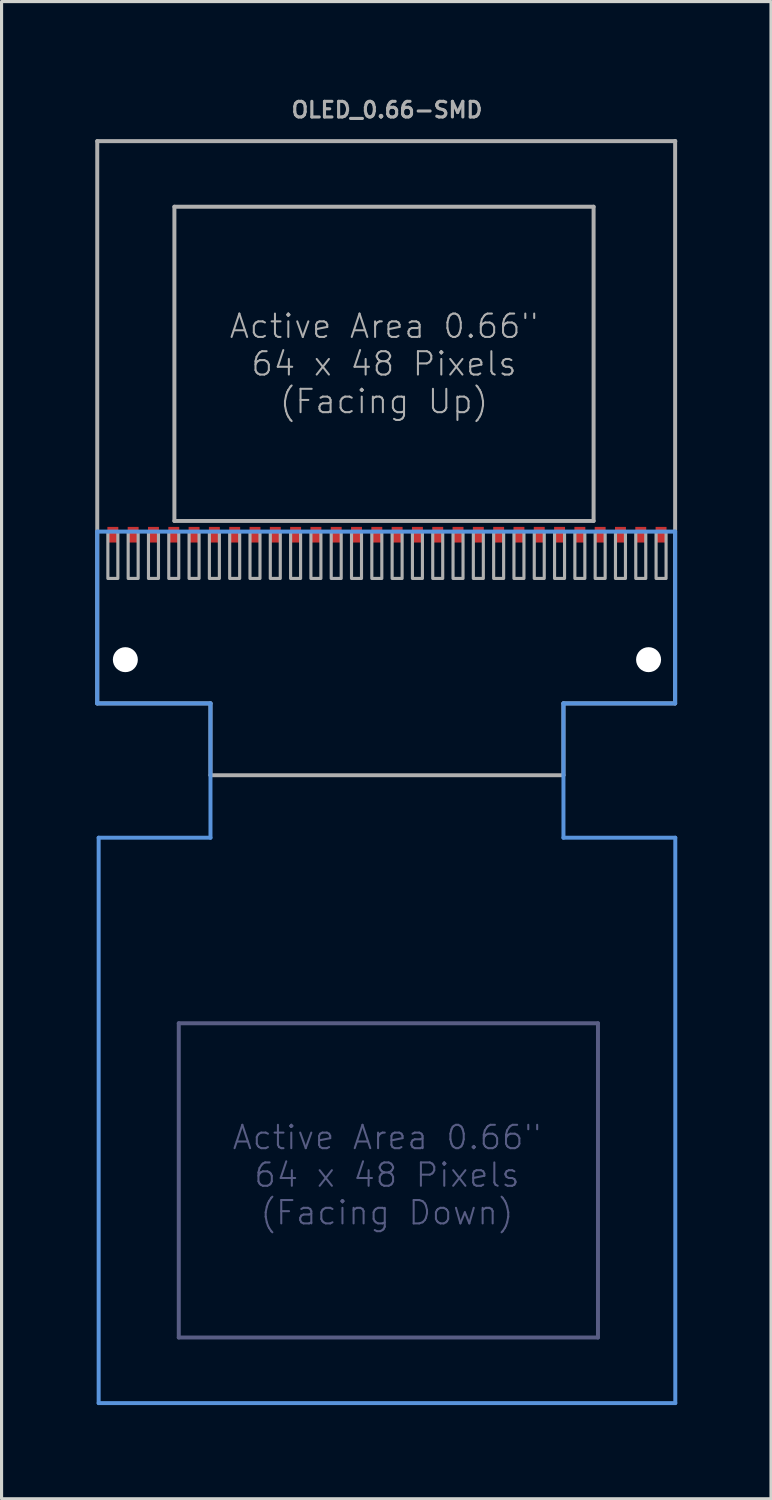
<source format=kicad_pcb>
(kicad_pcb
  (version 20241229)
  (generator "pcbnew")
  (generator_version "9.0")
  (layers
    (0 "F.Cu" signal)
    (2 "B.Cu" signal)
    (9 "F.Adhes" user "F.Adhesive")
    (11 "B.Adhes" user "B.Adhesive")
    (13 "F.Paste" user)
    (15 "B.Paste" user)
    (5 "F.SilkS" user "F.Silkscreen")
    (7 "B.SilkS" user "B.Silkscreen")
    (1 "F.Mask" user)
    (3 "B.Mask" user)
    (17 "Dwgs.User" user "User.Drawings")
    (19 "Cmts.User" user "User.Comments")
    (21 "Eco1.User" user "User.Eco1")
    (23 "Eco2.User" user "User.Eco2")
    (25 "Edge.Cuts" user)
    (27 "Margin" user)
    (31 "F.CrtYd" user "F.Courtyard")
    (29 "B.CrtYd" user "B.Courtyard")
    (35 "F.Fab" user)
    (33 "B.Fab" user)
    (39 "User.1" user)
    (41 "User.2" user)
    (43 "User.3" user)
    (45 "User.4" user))
  (footprint "OLED_0.66-SMD"
    (layer "F.Cu")
    (at 9.338 14.668)
    (property "Reference" "OLED_0.66-SMD" (at 0 -14.2 0) (unlocked yes) (layer "F.Fab") (effects (font (size 0.5 0.5) (thickness 0.1))))
    (fp_line (start -9.275 -0.7) (end -9.275 4.8) (stroke (width 0.127) (type solid)) (layer "Cmts.User"))
    (fp_line (start -9.275 4.8) (end -5.65 4.8) (stroke (width 0.127) (type solid)) (layer "Cmts.User"))
    (fp_line (start -9.23 9.1) (end -9.23 27.2) (stroke (width 0.127) (type solid)) (layer "Cmts.User"))
    (fp_line (start -9.23 27.2) (end 9.23 27.2) (stroke (width 0.127) (type solid)) (layer "Cmts.User"))
    (fp_line (start -5.65 4.8) (end -5.65 9.1) (stroke (width 0.127) (type solid)) (layer "Cmts.User"))
    (fp_line (start -5.65 9.1) (end -9.23 9.1) (stroke (width 0.127) (type solid)) (layer "Cmts.User"))
    (fp_line (start 5.65 4.8) (end 9.225 4.8) (stroke (width 0.127) (type solid)) (layer "Cmts.User"))
    (fp_line (start 5.65 9.1) (end 5.65 4.8) (stroke (width 0.127) (type solid)) (layer "Cmts.User"))
    (fp_line (start 9.225 -0.7) (end -9.275 -0.7) (stroke (width 0.127) (type solid)) (layer "Cmts.User"))
    (fp_line (start 9.225 4.8) (end 9.225 -0.7) (stroke (width 0.127) (type solid)) (layer "Cmts.User"))
    (fp_line (start 9.23 9.1) (end 5.65 9.1) (stroke (width 0.127) (type solid)) (layer "Cmts.User"))
    (fp_line (start 9.23 27.2) (end 9.23 9.1) (stroke (width 0.127) (type solid)) (layer "Cmts.User"))
    (fp_line (start -6.665 15.04) (end -6.665 25.1) (stroke (width 0.127) (type solid)) (layer "B.Fab"))
    (fp_line (start -6.665 25.1) (end 6.755 25.1) (stroke (width 0.127) (type solid)) (layer "B.Fab"))
    (fp_line (start 6.755 15.04) (end -6.665 15.04) (stroke (width 0.127) (type solid)) (layer "B.Fab"))
    (fp_line (start 6.755 25.1) (end 6.755 15.04) (stroke (width 0.127) (type solid)) (layer "B.Fab"))
    (fp_line (start -9.275 -13.2) (end -9.275 4.8) (stroke (width 0.127) (type solid)) (layer "F.Fab"))
    (fp_line (start -9.275 -13.2) (end 9.225 -13.2) (stroke (width 0.127) (type solid)) (layer "F.Fab"))
    (fp_line (start -9.275 4.8) (end -5.65 4.8) (stroke (width 0.127) (type solid)) (layer "F.Fab"))
    (fp_line (start -6.805 -11.1) (end -6.805 -1.04) (stroke (width 0.127) (type solid)) (layer "F.Fab"))
    (fp_line (start -6.805 -1.04) (end 6.615 -1.04) (stroke (width 0.127) (type solid)) (layer "F.Fab"))
    (fp_line (start -5.65 4.8) (end -5.65 7.1) (stroke (width 0.127) (type solid)) (layer "F.Fab"))
    (fp_line (start -5.65 7.1) (end 5.65 7.1) (stroke (width 0.127) (type solid)) (layer "F.Fab"))
    (fp_line (start 5.65 4.8) (end 9.225 4.8) (stroke (width 0.127) (type solid)) (layer "F.Fab"))
    (fp_line (start 5.65 7.1) (end 5.65 4.8) (stroke (width 0.127) (type solid)) (layer "F.Fab"))
    (fp_line (start 6.615 -11.1) (end -6.805 -11.1) (stroke (width 0.127) (type solid)) (layer "F.Fab"))
    (fp_line (start 6.615 -1.04) (end 6.615 -11.1) (stroke (width 0.127) (type solid)) (layer "F.Fab"))
    (fp_line (start 9.225 -13.2) (end 9.23 -13.2) (stroke (width 0.127) (type solid)) (layer "F.Fab"))
    (fp_line (start 9.225 4.8) (end 9.225 -13.2) (stroke (width 0.127) (type solid)) (layer "F.Fab"))
    (fp_poly (pts (xy -8.615 -0.7) (xy -8.935 -0.7) (xy -8.935 0.8) (xy -8.615 0.8)) (stroke (width 0.1) (type default)) (fill no) (layer "F.Fab"))
    (fp_poly (pts (xy -7.965 -0.7) (xy -8.285 -0.7) (xy -8.285 0.8) (xy -7.965 0.8)) (stroke (width 0.1) (type default)) (fill no) (layer "F.Fab"))
    (fp_poly (pts (xy -7.315 -0.7) (xy -7.635 -0.7) (xy -7.635 0.8) (xy -7.315 0.8)) (stroke (width 0.1) (type default)) (fill no) (layer "F.Fab"))
    (fp_poly (pts (xy -6.665 -0.7) (xy -6.985 -0.7) (xy -6.985 0.8) (xy -6.665 0.8)) (stroke (width 0.1) (type default)) (fill no) (layer "F.Fab"))
    (fp_poly (pts (xy -6.015 -0.7) (xy -6.335 -0.7) (xy -6.335 0.8) (xy -6.015 0.8)) (stroke (width 0.1) (type default)) (fill no) (layer "F.Fab"))
    (fp_poly (pts (xy -5.365 -0.7) (xy -5.685 -0.7) (xy -5.685 0.8) (xy -5.365 0.8)) (stroke (width 0.1) (type default)) (fill no) (layer "F.Fab"))
    (fp_poly (pts (xy -4.715 -0.7) (xy -5.035 -0.7) (xy -5.035 0.8) (xy -4.715 0.8)) (stroke (width 0.1) (type default)) (fill no) (layer "F.Fab"))
    (fp_poly (pts (xy -4.065 -0.7) (xy -4.385 -0.7) (xy -4.385 0.8) (xy -4.065 0.8)) (stroke (width 0.1) (type default)) (fill no) (layer "F.Fab"))
    (fp_poly (pts (xy -3.415 -0.7) (xy -3.735 -0.7) (xy -3.735 0.8) (xy -3.415 0.8)) (stroke (width 0.1) (type default)) (fill no) (layer "F.Fab"))
    (fp_poly (pts (xy -2.765 -0.7) (xy -3.085 -0.7) (xy -3.085 0.8) (xy -2.765 0.8)) (stroke (width 0.1) (type default)) (fill no) (layer "F.Fab"))
    (fp_poly (pts (xy -2.115 -0.7) (xy -2.435 -0.7) (xy -2.435 0.8) (xy -2.115 0.8)) (stroke (width 0.1) (type default)) (fill no) (layer "F.Fab"))
    (fp_poly (pts (xy -1.465 -0.7) (xy -1.785 -0.7) (xy -1.785 0.8) (xy -1.465 0.8)) (stroke (width 0.1) (type default)) (fill no) (layer "F.Fab"))
    (fp_poly (pts (xy -0.815 -0.7) (xy -1.135 -0.7) (xy -1.135 0.8) (xy -0.815 0.8)) (stroke (width 0.1) (type default)) (fill no) (layer "F.Fab"))
    (fp_poly (pts (xy -0.165 -0.7) (xy -0.485 -0.7) (xy -0.485 0.8) (xy -0.165 0.8)) (stroke (width 0.1) (type default)) (fill no) (layer "F.Fab"))
    (fp_poly (pts (xy 0.485 -0.7) (xy 0.165 -0.7) (xy 0.165 0.8) (xy 0.485 0.8)) (stroke (width 0.1) (type default)) (fill no) (layer "F.Fab"))
    (fp_poly (pts (xy 1.135 -0.7) (xy 0.815 -0.7) (xy 0.815 0.8) (xy 1.135 0.8)) (stroke (width 0.1) (type default)) (fill no) (layer "F.Fab"))
    (fp_poly (pts (xy 1.785 -0.7) (xy 1.465 -0.7) (xy 1.465 0.8) (xy 1.785 0.8)) (stroke (width 0.1) (type default)) (fill no) (layer "F.Fab"))
    (fp_poly (pts (xy 2.435 -0.7) (xy 2.115 -0.7) (xy 2.115 0.8) (xy 2.435 0.8)) (stroke (width 0.1) (type default)) (fill no) (layer "F.Fab"))
    (fp_poly (pts (xy 3.085 -0.7) (xy 2.765 -0.7) (xy 2.765 0.8) (xy 3.085 0.8)) (stroke (width 0.1) (type default)) (fill no) (layer "F.Fab"))
    (fp_poly (pts (xy 3.735 -0.7) (xy 3.415 -0.7) (xy 3.415 0.8) (xy 3.735 0.8)) (stroke (width 0.1) (type default)) (fill no) (layer "F.Fab"))
    (fp_poly (pts (xy 4.385 -0.7) (xy 4.065 -0.7) (xy 4.065 0.8) (xy 4.385 0.8)) (stroke (width 0.1) (type default)) (fill no) (layer "F.Fab"))
    (fp_poly (pts (xy 5.035 -0.7) (xy 4.715 -0.7) (xy 4.715 0.8) (xy 5.035 0.8)) (stroke (width 0.1) (type default)) (fill no) (layer "F.Fab"))
    (fp_poly (pts (xy 5.685 -0.7) (xy 5.365 -0.7) (xy 5.365 0.8) (xy 5.685 0.8)) (stroke (width 0.1) (type default)) (fill no) (layer "F.Fab"))
    (fp_poly (pts (xy 6.335 -0.7) (xy 6.015 -0.7) (xy 6.015 0.8) (xy 6.335 0.8)) (stroke (width 0.1) (type default)) (fill no) (layer "F.Fab"))
    (fp_poly (pts (xy 6.985 -0.7) (xy 6.665 -0.7) (xy 6.665 0.8) (xy 6.985 0.8)) (stroke (width 0.1) (type default)) (fill no) (layer "F.Fab"))
    (fp_poly (pts (xy 7.635 -0.7) (xy 7.315 -0.7) (xy 7.315 0.8) (xy 7.635 0.8)) (stroke (width 0.1) (type default)) (fill no) (layer "F.Fab"))
    (fp_poly (pts (xy 8.285 -0.7) (xy 7.965 -0.7) (xy 7.965 0.8) (xy 8.285 0.8)) (stroke (width 0.1) (type default)) (fill no) (layer "F.Fab"))
    (fp_poly (pts (xy 8.935 -0.7) (xy 8.615 -0.7) (xy 8.615 0.8) (xy 8.935 0.8)) (stroke (width 0.1) (type default)) (fill no) (layer "F.Fab"))
    (fp_text user "Active Area 0.66\"\n64 x 48 Pixels\n(Facing Down)" (at 0 19.9 0) (layer "B.Fab") (effects (font (size 0.748 0.748) (thickness 0.065))))
    (fp_text user "Active Area 0.66\"\n64 x 48 Pixels\n(Facing Up)" (at -0.095 -6.07 0) (layer "F.Fab") (effects (font (size 0.748 0.748) (thickness 0.065))))
    (pad "" np_thru_hole circle (at -8.375 3.4) (size 0.8 0.8) (drill 0.8) (layers "*.Cu" "*.Mask"))
    (pad "" np_thru_hole circle (at 8.375 3.4) (size 0.8 0.8) (drill 0.8) (layers "*.Cu" "*.Mask"))
    (pad "1" smd rect (at -8.775 -0.6) (size 0.35 0.5) (layers "F.Cu" "F.Mask" "F.Paste"))
    (pad "2" smd rect (at -8.125 -0.6) (size 0.35 0.5) (layers "F.Cu" "F.Mask" "F.Paste"))
    (pad "3" smd rect (at -7.475 -0.6) (size 0.35 0.5) (layers "F.Cu" "F.Mask" "F.Paste"))
    (pad "4" smd rect (at -6.825 -0.6) (size 0.35 0.5) (layers "F.Cu" "F.Mask" "F.Paste"))
    (pad "5" smd rect (at -6.175 -0.6) (size 0.35 0.5) (layers "F.Cu" "F.Mask" "F.Paste"))
    (pad "6" smd rect (at -5.525 -0.6) (size 0.35 0.5) (layers "F.Cu" "F.Mask" "F.Paste"))
    (pad "7" smd rect (at -4.875 -0.6) (size 0.35 0.5) (layers "F.Cu" "F.Mask" "F.Paste"))
    (pad "8" smd rect (at -4.225 -0.6) (size 0.35 0.5) (layers "F.Cu" "F.Mask" "F.Paste"))
    (pad "9" smd rect (at -3.575 -0.6) (size 0.35 0.5) (layers "F.Cu" "F.Mask" "F.Paste"))
    (pad "10" smd rect (at -2.925 -0.6) (size 0.35 0.5) (layers "F.Cu" "F.Mask" "F.Paste"))
    (pad "11" smd rect (at -2.275 -0.6) (size 0.35 0.5) (layers "F.Cu" "F.Mask" "F.Paste"))
    (pad "12" smd rect (at -1.625 -0.6) (size 0.35 0.5) (layers "F.Cu" "F.Mask" "F.Paste"))
    (pad "13" smd rect (at -0.975 -0.6) (size 0.35 0.5) (layers "F.Cu" "F.Mask" "F.Paste"))
    (pad "14" smd rect (at -0.325 -0.6) (size 0.35 0.5) (layers "F.Cu" "F.Mask" "F.Paste"))
    (pad "15" smd rect (at 0.325 -0.6) (size 0.35 0.5) (layers "F.Cu" "F.Mask" "F.Paste"))
    (pad "16" smd rect (at 0.975 -0.6) (size 0.35 0.5) (layers "F.Cu" "F.Mask" "F.Paste"))
    (pad "17" smd rect (at 1.625 -0.6) (size 0.35 0.5) (layers "F.Cu" "F.Mask" "F.Paste"))
    (pad "18" smd rect (at 2.275 -0.6) (size 0.35 0.5) (layers "F.Cu" "F.Mask" "F.Paste"))
    (pad "19" smd rect (at 2.925 -0.6) (size 0.35 0.5) (layers "F.Cu" "F.Mask" "F.Paste"))
    (pad "20" smd rect (at 3.575 -0.6) (size 0.35 0.5) (layers "F.Cu" "F.Mask" "F.Paste"))
    (pad "21" smd rect (at 4.225 -0.6) (size 0.35 0.5) (layers "F.Cu" "F.Mask" "F.Paste"))
    (pad "22" smd rect (at 4.875 -0.6) (size 0.35 0.5) (layers "F.Cu" "F.Mask" "F.Paste"))
    (pad "23" smd rect (at 5.525 -0.6) (size 0.35 0.5) (layers "F.Cu" "F.Mask" "F.Paste"))
    (pad "24" smd rect (at 6.175 -0.6) (size 0.35 0.5) (layers "F.Cu" "F.Mask" "F.Paste"))
    (pad "25" smd rect (at 6.825 -0.6) (size 0.35 0.5) (layers "F.Cu" "F.Mask" "F.Paste"))
    (pad "26" smd rect (at 7.475 -0.6) (size 0.35 0.5) (layers "F.Cu" "F.Mask" "F.Paste"))
    (pad "27" smd rect (at 8.125 -0.6) (size 0.35 0.5) (layers "F.Cu" "F.Mask" "F.Paste"))
    (pad "28" smd rect (at 8.775 -0.6) (size 0.35 0.5) (layers "F.Cu" "F.Mask" "F.Paste")))
  (gr_rect
    (start -3 -3)
    (end 21.632 44.931)
    (stroke (width 0.1) (type default))
    (fill no)
    (layer "Edge.Cuts")))
</source>
